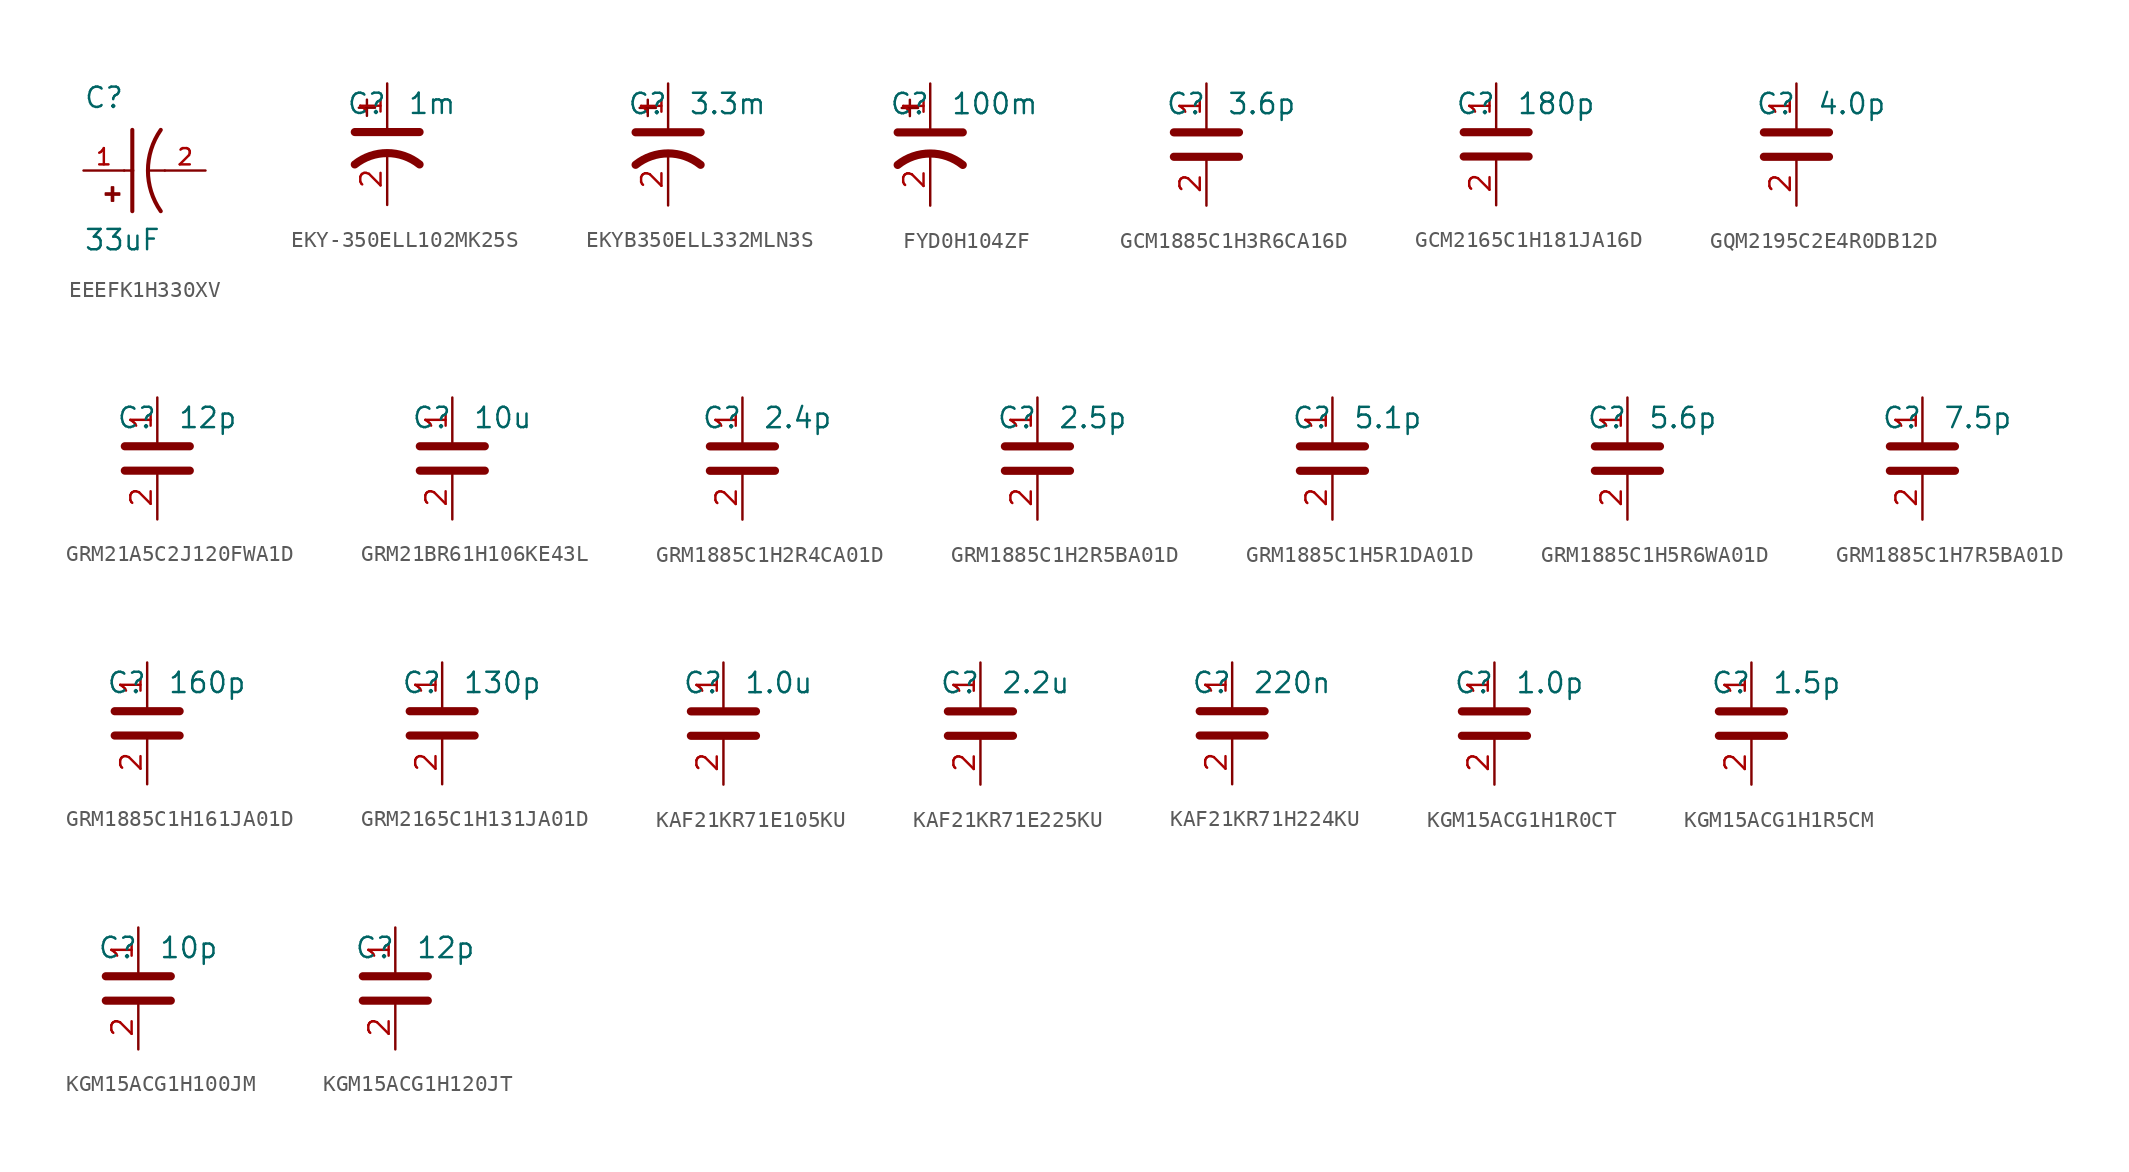
<source format=kicad_sym>
(kicad_symbol_lib
  (version 20241209)
  (generator "kicad_symbol_editor")
  (generator_version "9.0")
  (symbol "EEEFK1H330XV"
    (pin_names
      (offset 1.016))
    (property "Reference" "C"
      (at -2.54 3.81 0)
      (effects (font (size 1.27 1.27)) (justify left bottom)))
    (property "Value" "33uF"
      (at -2.54 -5.08 0)
      (effects (font (size 1.27 1.27)) (justify left bottom)))
    (symbol "EEEFK1H330XV_0_0"
      (rectangle (start -1.173 -1.532) (end -0.284 -1.405) (stroke (width 0.1) (type default)) (fill (type outline)))
      (rectangle (start -0.792 -1.913) (end -0.665 -1.024) (stroke (width 0.1) (type default)) (fill (type outline)))
      (polyline (pts (xy 0 0) (xy 0.508 0)) (stroke (width 0.152) (type default)) (fill (type none)))
      (polyline (pts (xy 0.508 2.54) (xy 0.508 0)) (stroke (width 0.254) (type default)) (fill (type none)))
      (polyline (pts (xy 0.508 0) (xy 0.508 -2.54)) (stroke (width 0.254) (type default)) (fill (type none)))
      (polyline (pts (xy 2.54 0) (xy 1.524 0)) (stroke (width 0.152) (type default)) (fill (type none)))
      (arc (start 2.286 -2.54) (mid 1.4851 0) (end 2.286 2.54) (stroke (width 0.254) (type default)) (fill (type none)))
      (pin passive line (at -2.54 0 0) (length 2.54) (name "~" (effects (font (size 1.016 1.016)))) (number "1" (effects (font (size 1.016 1.016)))))
      (pin passive line (at 5.08 0 180) (length 2.54) (name "~" (effects (font (size 1.016 1.016)))) (number "2" (effects (font (size 1.016 1.016)))))))
  (symbol "EKY-350ELL102MK25S"
    (property "Reference" "C"
      (at 0 2.54 0)
      (effects (font (size 1.27 1.27)) (justify right)))
    (property "Value" "1m"
      (at 1.27 2.54 0)
      (effects (font (size 1.27 1.27)) (justify left)))
    (symbol "EKY-350ELL102MK25S_0_1"
      (polyline (pts (xy -2.032 0.762) (xy 2.032 0.762)) (stroke (width 0.508) (type default)) (fill (type none)))
      (polyline (pts (xy -1.778 2.286) (xy -0.762 2.286)) (stroke (width 0) (type default)) (fill (type none)))
      (polyline (pts (xy -1.27 1.778) (xy -1.27 2.794)) (stroke (width 0) (type default)) (fill (type none)))
      (arc (start -2.032 -1.27) (mid 0 -0.5572) (end 2.032 -1.27) (stroke (width 0.508) (type default)) (fill (type none))))
    (symbol "EKY-350ELL102MK25S_1_1"
      (pin passive line (at 0 3.81 270) (length 2.794) (name "~" (effects (font (size 1.27 1.27)))) (number "1" (effects (font (size 1.27 1.27)))))
      (pin passive line (at 0 -3.81 90) (length 3.302) (name "~" (effects (font (size 1.27 1.27)))) (number "2" (effects (font (size 1.27 1.27)))))))
  (symbol "EKYB350ELL332MLN3S"
    (property "Reference" "C"
      (at 0 2.54 0)
      (effects (font (size 1.27 1.27)) (justify right)))
    (property "Value" "3.3m"
      (at 1.27 2.54 0)
      (effects (font (size 1.27 1.27)) (justify left)))
    (symbol "EKYB350ELL332MLN3S_0_1"
      (polyline (pts (xy -2.032 0.762) (xy 2.032 0.762)) (stroke (width 0.508) (type default)) (fill (type none)))
      (polyline (pts (xy -1.778 2.286) (xy -0.762 2.286)) (stroke (width 0) (type default)) (fill (type none)))
      (polyline (pts (xy -1.27 1.778) (xy -1.27 2.794)) (stroke (width 0) (type default)) (fill (type none)))
      (arc (start -2.032 -1.27) (mid 0 -0.5572) (end 2.032 -1.27) (stroke (width 0.508) (type default)) (fill (type none))))
    (symbol "EKYB350ELL332MLN3S_1_1"
      (pin passive line (at 0 3.81 270) (length 2.794) (name "~" (effects (font (size 1.27 1.27)))) (number "1" (effects (font (size 1.27 1.27)))))
      (pin passive line (at 0 -3.81 90) (length 3.302) (name "~" (effects (font (size 1.27 1.27)))) (number "2" (effects (font (size 1.27 1.27)))))))
  (symbol "FYD0H104ZF"
    (property "Reference" "C"
      (at 0 2.54 0)
      (effects (font (size 1.27 1.27)) (justify right)))
    (property "Value" "100m"
      (at 1.27 2.54 0)
      (effects (font (size 1.27 1.27)) (justify left)))
    (symbol "FYD0H104ZF_0_1"
      (polyline (pts (xy -2.032 0.762) (xy 2.032 0.762)) (stroke (width 0.508) (type default)) (fill (type none)))
      (polyline (pts (xy -1.778 2.286) (xy -0.762 2.286)) (stroke (width 0) (type default)) (fill (type none)))
      (polyline (pts (xy -1.27 1.778) (xy -1.27 2.794)) (stroke (width 0) (type default)) (fill (type none)))
      (arc (start -2.032 -1.27) (mid 0 -0.5572) (end 2.032 -1.27) (stroke (width 0.508) (type default)) (fill (type none))))
    (symbol "FYD0H104ZF_1_1"
      (pin passive line (at 0 3.81 270) (length 2.794) (name "~" (effects (font (size 1.27 1.27)))) (number "1" (effects (font (size 1.27 1.27)))))
      (pin passive line (at 0 -3.81 90) (length 3.302) (name "~" (effects (font (size 1.27 1.27)))) (number "2" (effects (font (size 1.27 1.27)))))))
  (symbol "GCM1885C1H3R6CA16D"
    (property "Reference" "C"
      (at 0 2.54 0)
      (effects (font (size 1.27 1.27)) (justify right)))
    (property "Value" "3.6p"
      (at 1.27 2.54 0)
      (effects (font (size 1.27 1.27)) (justify left)))
    (symbol "GCM1885C1H3R6CA16D_0_1"
      (polyline (pts (xy -2.032 0.762) (xy 2.032 0.762)) (stroke (width 0.508) (type default)) (fill (type none)))
      (polyline (pts (xy -2.032 -0.762) (xy 2.032 -0.762)) (stroke (width 0.508) (type default)) (fill (type none))))
    (symbol "GCM1885C1H3R6CA16D_1_1"
      (pin passive line (at 0 3.81 270) (length 2.794) (name "~" (effects (font (size 1.27 1.27)))) (number "1" (effects (font (size 1.27 1.27)))))
      (pin passive line (at 0 -3.81 90) (length 2.794) (name "~" (effects (font (size 1.27 1.27)))) (number "2" (effects (font (size 1.27 1.27)))))))
  (symbol "GCM2165C1H181JA16D"
    (property "Reference" "C"
      (at 0 2.54 0)
      (effects (font (size 1.27 1.27)) (justify right)))
    (property "Value" "180p"
      (at 1.27 2.54 0)
      (effects (font (size 1.27 1.27)) (justify left)))
    (symbol "GCM2165C1H181JA16D_0_1"
      (polyline (pts (xy -2.032 0.762) (xy 2.032 0.762)) (stroke (width 0.508) (type default)) (fill (type none)))
      (polyline (pts (xy -2.032 -0.762) (xy 2.032 -0.762)) (stroke (width 0.508) (type default)) (fill (type none))))
    (symbol "GCM2165C1H181JA16D_1_1"
      (pin passive line (at 0 3.81 270) (length 2.794) (name "~" (effects (font (size 1.27 1.27)))) (number "1" (effects (font (size 1.27 1.27)))))
      (pin passive line (at 0 -3.81 90) (length 2.794) (name "~" (effects (font (size 1.27 1.27)))) (number "2" (effects (font (size 1.27 1.27)))))))
  (symbol "GQM2195C2E4R0DB12D"
    (property "Reference" "C"
      (at 0 2.54 0)
      (effects (font (size 1.27 1.27)) (justify right)))
    (property "Value" "4.0p"
      (at 1.27 2.54 0)
      (effects (font (size 1.27 1.27)) (justify left)))
    (symbol "GQM2195C2E4R0DB12D_0_1"
      (polyline (pts (xy -2.032 0.762) (xy 2.032 0.762)) (stroke (width 0.508) (type default)) (fill (type none)))
      (polyline (pts (xy -2.032 -0.762) (xy 2.032 -0.762)) (stroke (width 0.508) (type default)) (fill (type none))))
    (symbol "GQM2195C2E4R0DB12D_1_1"
      (pin passive line (at 0 3.81 270) (length 2.794) (name "~" (effects (font (size 1.27 1.27)))) (number "1" (effects (font (size 1.27 1.27)))))
      (pin passive line (at 0 -3.81 90) (length 2.794) (name "~" (effects (font (size 1.27 1.27)))) (number "2" (effects (font (size 1.27 1.27)))))))
  (symbol "GRM21A5C2J120FWA1D"
    (property "Reference" "C"
      (at 0 2.54 0)
      (effects (font (size 1.27 1.27)) (justify right)))
    (property "Value" "12p"
      (at 1.27 2.54 0)
      (effects (font (size 1.27 1.27)) (justify left)))
    (symbol "GRM21A5C2J120FWA1D_0_1"
      (polyline (pts (xy -2.032 0.762) (xy 2.032 0.762)) (stroke (width 0.508) (type default)) (fill (type none)))
      (polyline (pts (xy -2.032 -0.762) (xy 2.032 -0.762)) (stroke (width 0.508) (type default)) (fill (type none))))
    (symbol "GRM21A5C2J120FWA1D_1_1"
      (pin passive line (at 0 3.81 270) (length 2.794) (name "~" (effects (font (size 1.27 1.27)))) (number "1" (effects (font (size 1.27 1.27)))))
      (pin passive line (at 0 -3.81 90) (length 2.794) (name "~" (effects (font (size 1.27 1.27)))) (number "2" (effects (font (size 1.27 1.27)))))))
  (symbol "GRM21BR61H106KE43L"
    (property "Reference" "C"
      (at 0 2.54 0)
      (effects (font (size 1.27 1.27)) (justify right)))
    (property "Value" "10u"
      (at 1.27 2.54 0)
      (effects (font (size 1.27 1.27)) (justify left)))
    (symbol "GRM21BR61H106KE43L_0_1"
      (polyline (pts (xy -2.032 0.762) (xy 2.032 0.762)) (stroke (width 0.508) (type default)) (fill (type none)))
      (polyline (pts (xy -2.032 -0.762) (xy 2.032 -0.762)) (stroke (width 0.508) (type default)) (fill (type none))))
    (symbol "GRM21BR61H106KE43L_1_1"
      (pin passive line (at 0 3.81 270) (length 2.794) (name "~" (effects (font (size 1.27 1.27)))) (number "1" (effects (font (size 1.27 1.27)))))
      (pin passive line (at 0 -3.81 90) (length 2.794) (name "~" (effects (font (size 1.27 1.27)))) (number "2" (effects (font (size 1.27 1.27)))))))
  (symbol "GRM1885C1H2R4CA01D"
    (property "Reference" "C"
      (at 0 2.54 0)
      (effects (font (size 1.27 1.27)) (justify right)))
    (property "Value" "2.4p"
      (at 1.27 2.54 0)
      (effects (font (size 1.27 1.27)) (justify left)))
    (symbol "GRM1885C1H2R4CA01D_0_1"
      (polyline (pts (xy -2.032 0.762) (xy 2.032 0.762)) (stroke (width 0.508) (type default)) (fill (type none)))
      (polyline (pts (xy -2.032 -0.762) (xy 2.032 -0.762)) (stroke (width 0.508) (type default)) (fill (type none))))
    (symbol "GRM1885C1H2R4CA01D_1_1"
      (pin passive line (at 0 3.81 270) (length 2.794) (name "~" (effects (font (size 1.27 1.27)))) (number "1" (effects (font (size 1.27 1.27)))))
      (pin passive line (at 0 -3.81 90) (length 2.794) (name "~" (effects (font (size 1.27 1.27)))) (number "2" (effects (font (size 1.27 1.27)))))))
  (symbol "GRM1885C1H2R5BA01D"
    (property "Reference" "C"
      (at 0 2.54 0)
      (effects (font (size 1.27 1.27)) (justify right)))
    (property "Value" "2.5p"
      (at 1.27 2.54 0)
      (effects (font (size 1.27 1.27)) (justify left)))
    (symbol "GRM1885C1H2R5BA01D_0_1"
      (polyline (pts (xy -2.032 0.762) (xy 2.032 0.762)) (stroke (width 0.508) (type default)) (fill (type none)))
      (polyline (pts (xy -2.032 -0.762) (xy 2.032 -0.762)) (stroke (width 0.508) (type default)) (fill (type none))))
    (symbol "GRM1885C1H2R5BA01D_1_1"
      (pin passive line (at 0 3.81 270) (length 2.794) (name "~" (effects (font (size 1.27 1.27)))) (number "1" (effects (font (size 1.27 1.27)))))
      (pin passive line (at 0 -3.81 90) (length 2.794) (name "~" (effects (font (size 1.27 1.27)))) (number "2" (effects (font (size 1.27 1.27)))))))
  (symbol "GRM1885C1H5R1DA01D"
    (property "Reference" "C"
      (at 0 2.54 0)
      (effects (font (size 1.27 1.27)) (justify right)))
    (property "Value" "5.1p"
      (at 1.27 2.54 0)
      (effects (font (size 1.27 1.27)) (justify left)))
    (symbol "GRM1885C1H5R1DA01D_0_1"
      (polyline (pts (xy -2.032 0.762) (xy 2.032 0.762)) (stroke (width 0.508) (type default)) (fill (type none)))
      (polyline (pts (xy -2.032 -0.762) (xy 2.032 -0.762)) (stroke (width 0.508) (type default)) (fill (type none))))
    (symbol "GRM1885C1H5R1DA01D_1_1"
      (pin passive line (at 0 3.81 270) (length 2.794) (name "~" (effects (font (size 1.27 1.27)))) (number "1" (effects (font (size 1.27 1.27)))))
      (pin passive line (at 0 -3.81 90) (length 2.794) (name "~" (effects (font (size 1.27 1.27)))) (number "2" (effects (font (size 1.27 1.27)))))))
  (symbol "GRM1885C1H5R6WA01D"
    (property "Reference" "C"
      (at 0 2.54 0)
      (effects (font (size 1.27 1.27)) (justify right)))
    (property "Value" "5.6p"
      (at 1.27 2.54 0)
      (effects (font (size 1.27 1.27)) (justify left)))
    (symbol "GRM1885C1H5R6WA01D_0_1"
      (polyline (pts (xy -2.032 0.762) (xy 2.032 0.762)) (stroke (width 0.508) (type default)) (fill (type none)))
      (polyline (pts (xy -2.032 -0.762) (xy 2.032 -0.762)) (stroke (width 0.508) (type default)) (fill (type none))))
    (symbol "GRM1885C1H5R6WA01D_1_1"
      (pin passive line (at 0 3.81 270) (length 2.794) (name "~" (effects (font (size 1.27 1.27)))) (number "1" (effects (font (size 1.27 1.27)))))
      (pin passive line (at 0 -3.81 90) (length 2.794) (name "~" (effects (font (size 1.27 1.27)))) (number "2" (effects (font (size 1.27 1.27)))))))
  (symbol "GRM1885C1H7R5BA01D"
    (property "Reference" "C"
      (at 0 2.54 0)
      (effects (font (size 1.27 1.27)) (justify right)))
    (property "Value" "7.5p"
      (at 1.27 2.54 0)
      (effects (font (size 1.27 1.27)) (justify left)))
    (symbol "GRM1885C1H7R5BA01D_0_1"
      (polyline (pts (xy -2.032 0.762) (xy 2.032 0.762)) (stroke (width 0.508) (type default)) (fill (type none)))
      (polyline (pts (xy -2.032 -0.762) (xy 2.032 -0.762)) (stroke (width 0.508) (type default)) (fill (type none))))
    (symbol "GRM1885C1H7R5BA01D_1_1"
      (pin passive line (at 0 3.81 270) (length 2.794) (name "~" (effects (font (size 1.27 1.27)))) (number "1" (effects (font (size 1.27 1.27)))))
      (pin passive line (at 0 -3.81 90) (length 2.794) (name "~" (effects (font (size 1.27 1.27)))) (number "2" (effects (font (size 1.27 1.27)))))))
  (symbol "GRM1885C1H161JA01D"
    (property "Reference" "C"
      (at 0 2.54 0)
      (effects (font (size 1.27 1.27)) (justify right)))
    (property "Value" "160p"
      (at 1.27 2.54 0)
      (effects (font (size 1.27 1.27)) (justify left)))
    (symbol "GRM1885C1H161JA01D_0_1"
      (polyline (pts (xy -2.032 0.762) (xy 2.032 0.762)) (stroke (width 0.508) (type default)) (fill (type none)))
      (polyline (pts (xy -2.032 -0.762) (xy 2.032 -0.762)) (stroke (width 0.508) (type default)) (fill (type none))))
    (symbol "GRM1885C1H161JA01D_1_1"
      (pin passive line (at 0 3.81 270) (length 2.794) (name "~" (effects (font (size 1.27 1.27)))) (number "1" (effects (font (size 1.27 1.27)))))
      (pin passive line (at 0 -3.81 90) (length 2.794) (name "~" (effects (font (size 1.27 1.27)))) (number "2" (effects (font (size 1.27 1.27)))))))
  (symbol "GRM2165C1H131JA01D"
    (property "Reference" "C"
      (at 0 2.54 0)
      (effects (font (size 1.27 1.27)) (justify right)))
    (property "Value" "130p"
      (at 1.27 2.54 0)
      (effects (font (size 1.27 1.27)) (justify left)))
    (symbol "GRM2165C1H131JA01D_0_1"
      (polyline (pts (xy -2.032 0.762) (xy 2.032 0.762)) (stroke (width 0.508) (type default)) (fill (type none)))
      (polyline (pts (xy -2.032 -0.762) (xy 2.032 -0.762)) (stroke (width 0.508) (type default)) (fill (type none))))
    (symbol "GRM2165C1H131JA01D_1_1"
      (pin passive line (at 0 3.81 270) (length 2.794) (name "~" (effects (font (size 1.27 1.27)))) (number "1" (effects (font (size 1.27 1.27)))))
      (pin passive line (at 0 -3.81 90) (length 2.794) (name "~" (effects (font (size 1.27 1.27)))) (number "2" (effects (font (size 1.27 1.27)))))))
  (symbol "KAF21KR71E105KU"
    (property "Reference" "C"
      (at 0 2.54 0)
      (effects (font (size 1.27 1.27)) (justify right)))
    (property "Value" "1.0u"
      (at 1.27 2.54 0)
      (effects (font (size 1.27 1.27)) (justify left)))
    (symbol "KAF21KR71E105KU_0_1"
      (polyline (pts (xy -2.032 0.762) (xy 2.032 0.762)) (stroke (width 0.508) (type default)) (fill (type none)))
      (polyline (pts (xy -2.032 -0.762) (xy 2.032 -0.762)) (stroke (width 0.508) (type default)) (fill (type none))))
    (symbol "KAF21KR71E105KU_1_1"
      (pin passive line (at 0 3.81 270) (length 2.794) (name "~" (effects (font (size 1.27 1.27)))) (number "1" (effects (font (size 1.27 1.27)))))
      (pin passive line (at 0 -3.81 90) (length 2.794) (name "~" (effects (font (size 1.27 1.27)))) (number "2" (effects (font (size 1.27 1.27)))))))
  (symbol "KAF21KR71E225KU"
    (property "Reference" "C"
      (at 0 2.54 0)
      (effects (font (size 1.27 1.27)) (justify right)))
    (property "Value" "2.2u"
      (at 1.27 2.54 0)
      (effects (font (size 1.27 1.27)) (justify left)))
    (symbol "KAF21KR71E225KU_0_1"
      (polyline (pts (xy -2.032 0.762) (xy 2.032 0.762)) (stroke (width 0.508) (type default)) (fill (type none)))
      (polyline (pts (xy -2.032 -0.762) (xy 2.032 -0.762)) (stroke (width 0.508) (type default)) (fill (type none))))
    (symbol "KAF21KR71E225KU_1_1"
      (pin passive line (at 0 3.81 270) (length 2.794) (name "~" (effects (font (size 1.27 1.27)))) (number "1" (effects (font (size 1.27 1.27)))))
      (pin passive line (at 0 -3.81 90) (length 2.794) (name "~" (effects (font (size 1.27 1.27)))) (number "2" (effects (font (size 1.27 1.27)))))))
  (symbol "KAF21KR71H224KU"
    (property "Reference" "C"
      (at 0 2.54 0)
      (effects (font (size 1.27 1.27)) (justify right)))
    (property "Value" "220n"
      (at 1.27 2.54 0)
      (effects (font (size 1.27 1.27)) (justify left)))
    (symbol "KAF21KR71H224KU_0_1"
      (polyline (pts (xy -2.032 0.762) (xy 2.032 0.762)) (stroke (width 0.508) (type default)) (fill (type none)))
      (polyline (pts (xy -2.032 -0.762) (xy 2.032 -0.762)) (stroke (width 0.508) (type default)) (fill (type none))))
    (symbol "KAF21KR71H224KU_1_1"
      (pin passive line (at 0 3.81 270) (length 2.794) (name "~" (effects (font (size 1.27 1.27)))) (number "1" (effects (font (size 1.27 1.27)))))
      (pin passive line (at 0 -3.81 90) (length 2.794) (name "~" (effects (font (size 1.27 1.27)))) (number "2" (effects (font (size 1.27 1.27)))))))
  (symbol "KGM15ACG1H1R0CT"
    (property "Reference" "C"
      (at 0 2.54 0)
      (effects (font (size 1.27 1.27)) (justify right)))
    (property "Value" "1.0p"
      (at 1.27 2.54 0)
      (effects (font (size 1.27 1.27)) (justify left)))
    (symbol "KGM15ACG1H1R0CT_0_1"
      (polyline (pts (xy -2.032 0.762) (xy 2.032 0.762)) (stroke (width 0.508) (type default)) (fill (type none)))
      (polyline (pts (xy -2.032 -0.762) (xy 2.032 -0.762)) (stroke (width 0.508) (type default)) (fill (type none))))
    (symbol "KGM15ACG1H1R0CT_1_1"
      (pin passive line (at 0 3.81 270) (length 2.794) (name "~" (effects (font (size 1.27 1.27)))) (number "1" (effects (font (size 1.27 1.27)))))
      (pin passive line (at 0 -3.81 90) (length 2.794) (name "~" (effects (font (size 1.27 1.27)))) (number "2" (effects (font (size 1.27 1.27)))))))
  (symbol "KGM15ACG1H1R5CM"
    (property "Reference" "C"
      (at 0 2.54 0)
      (effects (font (size 1.27 1.27)) (justify right)))
    (property "Value" "1.5p"
      (at 1.27 2.54 0)
      (effects (font (size 1.27 1.27)) (justify left)))
    (symbol "KGM15ACG1H1R5CM_0_1"
      (polyline (pts (xy -2.032 0.762) (xy 2.032 0.762)) (stroke (width 0.508) (type default)) (fill (type none)))
      (polyline (pts (xy -2.032 -0.762) (xy 2.032 -0.762)) (stroke (width 0.508) (type default)) (fill (type none))))
    (symbol "KGM15ACG1H1R5CM_1_1"
      (pin passive line (at 0 3.81 270) (length 2.794) (name "~" (effects (font (size 1.27 1.27)))) (number "1" (effects (font (size 1.27 1.27)))))
      (pin passive line (at 0 -3.81 90) (length 2.794) (name "~" (effects (font (size 1.27 1.27)))) (number "2" (effects (font (size 1.27 1.27)))))))
  (symbol "KGM15ACG1H100JM"
    (property "Reference" "C"
      (at 0 2.54 0)
      (effects (font (size 1.27 1.27)) (justify right)))
    (property "Value" "10p"
      (at 1.27 2.54 0)
      (effects (font (size 1.27 1.27)) (justify left)))
    (symbol "KGM15ACG1H100JM_0_1"
      (polyline (pts (xy -2.032 0.762) (xy 2.032 0.762)) (stroke (width 0.508) (type default)) (fill (type none)))
      (polyline (pts (xy -2.032 -0.762) (xy 2.032 -0.762)) (stroke (width 0.508) (type default)) (fill (type none))))
    (symbol "KGM15ACG1H100JM_1_1"
      (pin passive line (at 0 3.81 270) (length 2.794) (name "~" (effects (font (size 1.27 1.27)))) (number "1" (effects (font (size 1.27 1.27)))))
      (pin passive line (at 0 -3.81 90) (length 2.794) (name "~" (effects (font (size 1.27 1.27)))) (number "2" (effects (font (size 1.27 1.27)))))))
  (symbol "KGM15ACG1H120JT"
    (property "Reference" "C"
      (at 0 2.54 0)
      (effects (font (size 1.27 1.27)) (justify right)))
    (property "Value" "12p"
      (at 1.27 2.54 0)
      (effects (font (size 1.27 1.27)) (justify left)))
    (symbol "KGM15ACG1H120JT_0_1"
      (polyline (pts (xy -2.032 0.762) (xy 2.032 0.762)) (stroke (width 0.508) (type default)) (fill (type none)))
      (polyline (pts (xy -2.032 -0.762) (xy 2.032 -0.762)) (stroke (width 0.508) (type default)) (fill (type none))))
    (symbol "KGM15ACG1H120JT_1_1"
      (pin passive line (at 0 3.81 270) (length 2.794) (name "~" (effects (font (size 1.27 1.27)))) (number "1" (effects (font (size 1.27 1.27)))))
      (pin passive line (at 0 -3.81 90) (length 2.794) (name "~" (effects (font (size 1.27 1.27)))) (number "2" (effects (font (size 1.27 1.27))))))))
</source>
